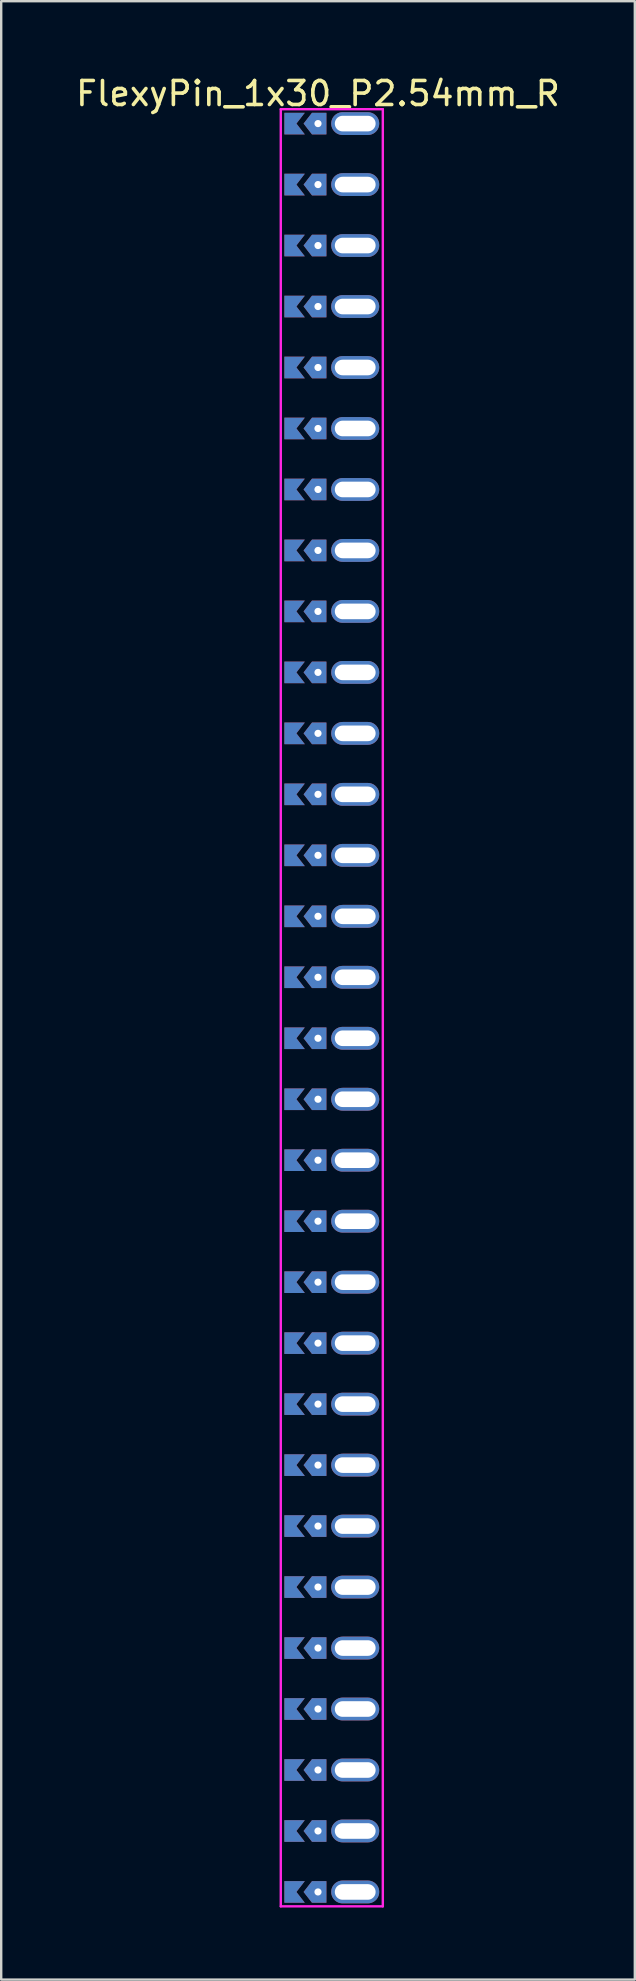
<source format=kicad_pcb>
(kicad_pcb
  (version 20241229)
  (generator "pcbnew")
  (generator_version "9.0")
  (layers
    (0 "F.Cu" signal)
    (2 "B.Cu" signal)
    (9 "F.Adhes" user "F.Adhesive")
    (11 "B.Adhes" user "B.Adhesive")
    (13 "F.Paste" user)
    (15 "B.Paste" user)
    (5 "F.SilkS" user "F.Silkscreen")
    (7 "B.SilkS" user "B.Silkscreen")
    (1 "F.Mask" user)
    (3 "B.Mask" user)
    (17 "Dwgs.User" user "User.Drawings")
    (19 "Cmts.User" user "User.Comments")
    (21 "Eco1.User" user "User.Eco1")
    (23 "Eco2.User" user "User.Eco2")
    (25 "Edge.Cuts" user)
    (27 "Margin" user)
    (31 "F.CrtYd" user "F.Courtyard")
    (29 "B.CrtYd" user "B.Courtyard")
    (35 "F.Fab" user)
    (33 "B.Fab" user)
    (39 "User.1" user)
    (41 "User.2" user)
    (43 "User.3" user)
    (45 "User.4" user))
  (footprint "FlexyPin_1x30_P2.54mm_R"
    (layer "F.Cu")
    (at 10.196 2.098)
    (property "Reference" "FlexyPin_1x30_P2.54mm_R" (at 0 -1.25 0) (layer "F.SilkS") (effects (font (size 1 1) (thickness 0.15))))
    (attr through_hole)
    (fp_line (start -1.55 -0.6) (end 2.7 -0.6) (stroke (width 0.1) (type solid)) (layer "F.CrtYd"))
    (fp_line (start -1.55 74.26) (end -1.55 -0.6) (stroke (width 0.1) (type solid)) (layer "F.CrtYd"))
    (fp_line (start 2.7 -0.6) (end 2.7 74.26) (stroke (width 0.1) (type solid)) (layer "F.CrtYd"))
    (fp_line (start 2.7 74.26) (end -1.55 74.26) (stroke (width 0.1) (type solid)) (layer "F.CrtYd"))
    (pad "" thru_hole custom (at 0 0) (size 0.3 0.3) (drill 0.6) (layers "*.Cu" "*.Mask") (options (anchor rect)) (primitives (gr_poly (pts (xy 0.35 0.45) (xy 0.35 -0.45) (xy -0.25 -0.45) (xy -0.6 0) (xy -0.25 0.45)) (width 0) (fill yes))))
    (pad "" thru_hole custom (at 0 2.54) (size 0.3 0.3) (drill 0.6) (layers "*.Cu" "*.Mask") (options (anchor rect)) (primitives (gr_poly (pts (xy 0.35 0.45) (xy 0.35 -0.45) (xy -0.25 -0.45) (xy -0.6 0) (xy -0.25 0.45)) (width 0) (fill yes))))
    (pad "" thru_hole custom (at 0 5.08) (size 0.3 0.3) (drill 0.6) (layers "*.Cu" "*.Mask") (options (anchor rect)) (primitives (gr_poly (pts (xy 0.35 0.45) (xy 0.35 -0.45) (xy -0.25 -0.45) (xy -0.6 0) (xy -0.25 0.45)) (width 0) (fill yes))))
    (pad "" thru_hole custom (at 0 7.62) (size 0.3 0.3) (drill 0.6) (layers "*.Cu" "*.Mask") (options (anchor rect)) (primitives (gr_poly (pts (xy 0.35 0.45) (xy 0.35 -0.45) (xy -0.25 -0.45) (xy -0.6 0) (xy -0.25 0.45)) (width 0) (fill yes))))
    (pad "" thru_hole custom (at 0 10.16) (size 0.3 0.3) (drill 0.6) (layers "*.Cu" "*.Mask") (options (anchor rect)) (primitives (gr_poly (pts (xy 0.35 0.45) (xy 0.35 -0.45) (xy -0.25 -0.45) (xy -0.6 0) (xy -0.25 0.45)) (width 0) (fill yes))))
    (pad "" thru_hole custom (at 0 12.7) (size 0.3 0.3) (drill 0.6) (layers "*.Cu" "*.Mask") (options (anchor rect)) (primitives (gr_poly (pts (xy 0.35 0.45) (xy 0.35 -0.45) (xy -0.25 -0.45) (xy -0.6 0) (xy -0.25 0.45)) (width 0) (fill yes))))
    (pad "" thru_hole custom (at 0 15.24) (size 0.3 0.3) (drill 0.6) (layers "*.Cu" "*.Mask") (options (anchor rect)) (primitives (gr_poly (pts (xy 0.35 0.45) (xy 0.35 -0.45) (xy -0.25 -0.45) (xy -0.6 0) (xy -0.25 0.45)) (width 0) (fill yes))))
    (pad "" thru_hole custom (at 0 17.78) (size 0.3 0.3) (drill 0.6) (layers "*.Cu" "*.Mask") (options (anchor rect)) (primitives (gr_poly (pts (xy 0.35 0.45) (xy 0.35 -0.45) (xy -0.25 -0.45) (xy -0.6 0) (xy -0.25 0.45)) (width 0) (fill yes))))
    (pad "" thru_hole custom (at 0 20.32) (size 0.3 0.3) (drill 0.6) (layers "*.Cu" "*.Mask") (options (anchor rect)) (primitives (gr_poly (pts (xy 0.35 0.45) (xy 0.35 -0.45) (xy -0.25 -0.45) (xy -0.6 0) (xy -0.25 0.45)) (width 0) (fill yes))))
    (pad "" thru_hole custom (at 0 22.86) (size 0.3 0.3) (drill 0.6) (layers "*.Cu" "*.Mask") (options (anchor rect)) (primitives (gr_poly (pts (xy 0.35 0.45) (xy 0.35 -0.45) (xy -0.25 -0.45) (xy -0.6 0) (xy -0.25 0.45)) (width 0) (fill yes))))
    (pad "" thru_hole custom (at 0 25.4) (size 0.3 0.3) (drill 0.6) (layers "*.Cu" "*.Mask") (options (anchor rect)) (primitives (gr_poly (pts (xy 0.35 0.45) (xy 0.35 -0.45) (xy -0.25 -0.45) (xy -0.6 0) (xy -0.25 0.45)) (width 0) (fill yes))))
    (pad "" thru_hole custom (at 0 27.94) (size 0.3 0.3) (drill 0.6) (layers "*.Cu" "*.Mask") (options (anchor rect)) (primitives (gr_poly (pts (xy 0.35 0.45) (xy 0.35 -0.45) (xy -0.25 -0.45) (xy -0.6 0) (xy -0.25 0.45)) (width 0) (fill yes))))
    (pad "" thru_hole custom (at 0 30.48) (size 0.3 0.3) (drill 0.6) (layers "*.Cu" "*.Mask") (options (anchor rect)) (primitives (gr_poly (pts (xy 0.35 0.45) (xy 0.35 -0.45) (xy -0.25 -0.45) (xy -0.6 0) (xy -0.25 0.45)) (width 0) (fill yes))))
    (pad "" thru_hole custom (at 0 33.02) (size 0.3 0.3) (drill 0.6) (layers "*.Cu" "*.Mask") (options (anchor rect)) (primitives (gr_poly (pts (xy 0.35 0.45) (xy 0.35 -0.45) (xy -0.25 -0.45) (xy -0.6 0) (xy -0.25 0.45)) (width 0) (fill yes))))
    (pad "" thru_hole custom (at 0 35.56) (size 0.3 0.3) (drill 0.6) (layers "*.Cu" "*.Mask") (options (anchor rect)) (primitives (gr_poly (pts (xy 0.35 0.45) (xy 0.35 -0.45) (xy -0.25 -0.45) (xy -0.6 0) (xy -0.25 0.45)) (width 0) (fill yes))))
    (pad "" thru_hole custom (at 0 38.1) (size 0.3 0.3) (drill 0.6) (layers "*.Cu" "*.Mask") (options (anchor rect)) (primitives (gr_poly (pts (xy 0.35 0.45) (xy 0.35 -0.45) (xy -0.25 -0.45) (xy -0.6 0) (xy -0.25 0.45)) (width 0) (fill yes))))
    (pad "" thru_hole custom (at 0 40.64) (size 0.3 0.3) (drill 0.6) (layers "*.Cu" "*.Mask") (options (anchor rect)) (primitives (gr_poly (pts (xy 0.35 0.45) (xy 0.35 -0.45) (xy -0.25 -0.45) (xy -0.6 0) (xy -0.25 0.45)) (width 0) (fill yes))))
    (pad "" thru_hole custom (at 0 43.18) (size 0.3 0.3) (drill 0.6) (layers "*.Cu" "*.Mask") (options (anchor rect)) (primitives (gr_poly (pts (xy 0.35 0.45) (xy 0.35 -0.45) (xy -0.25 -0.45) (xy -0.6 0) (xy -0.25 0.45)) (width 0) (fill yes))))
    (pad "" thru_hole custom (at 0 45.72) (size 0.3 0.3) (drill 0.6) (layers "*.Cu" "*.Mask") (options (anchor rect)) (primitives (gr_poly (pts (xy 0.35 0.45) (xy 0.35 -0.45) (xy -0.25 -0.45) (xy -0.6 0) (xy -0.25 0.45)) (width 0) (fill yes))))
    (pad "" thru_hole custom (at 0 48.26) (size 0.3 0.3) (drill 0.6) (layers "*.Cu" "*.Mask") (options (anchor rect)) (primitives (gr_poly (pts (xy 0.35 0.45) (xy 0.35 -0.45) (xy -0.25 -0.45) (xy -0.6 0) (xy -0.25 0.45)) (width 0) (fill yes))))
    (pad "" thru_hole custom (at 0 50.8) (size 0.3 0.3) (drill 0.6) (layers "*.Cu" "*.Mask") (options (anchor rect)) (primitives (gr_poly (pts (xy 0.35 0.45) (xy 0.35 -0.45) (xy -0.25 -0.45) (xy -0.6 0) (xy -0.25 0.45)) (width 0) (fill yes))))
    (pad "" thru_hole custom (at 0 53.34) (size 0.3 0.3) (drill 0.6) (layers "*.Cu" "*.Mask") (options (anchor rect)) (primitives (gr_poly (pts (xy 0.35 0.45) (xy 0.35 -0.45) (xy -0.25 -0.45) (xy -0.6 0) (xy -0.25 0.45)) (width 0) (fill yes))))
    (pad "" thru_hole custom (at 0 55.88) (size 0.3 0.3) (drill 0.6) (layers "*.Cu" "*.Mask") (options (anchor rect)) (primitives (gr_poly (pts (xy 0.35 0.45) (xy 0.35 -0.45) (xy -0.25 -0.45) (xy -0.6 0) (xy -0.25 0.45)) (width 0) (fill yes))))
    (pad "" thru_hole custom (at 0 58.42) (size 0.3 0.3) (drill 0.6) (layers "*.Cu" "*.Mask") (options (anchor rect)) (primitives (gr_poly (pts (xy 0.35 0.45) (xy 0.35 -0.45) (xy -0.25 -0.45) (xy -0.6 0) (xy -0.25 0.45)) (width 0) (fill yes))))
    (pad "" thru_hole custom (at 0 60.96) (size 0.3 0.3) (drill 0.6) (layers "*.Cu" "*.Mask") (options (anchor rect)) (primitives (gr_poly (pts (xy 0.35 0.45) (xy 0.35 -0.45) (xy -0.25 -0.45) (xy -0.6 0) (xy -0.25 0.45)) (width 0) (fill yes))))
    (pad "" thru_hole custom (at 0 63.5) (size 0.3 0.3) (drill 0.6) (layers "*.Cu" "*.Mask") (options (anchor rect)) (primitives (gr_poly (pts (xy 0.35 0.45) (xy 0.35 -0.45) (xy -0.25 -0.45) (xy -0.6 0) (xy -0.25 0.45)) (width 0) (fill yes))))
    (pad "" thru_hole custom (at 0 66.04) (size 0.3 0.3) (drill 0.6) (layers "*.Cu" "*.Mask") (options (anchor rect)) (primitives (gr_poly (pts (xy 0.35 0.45) (xy 0.35 -0.45) (xy -0.25 -0.45) (xy -0.6 0) (xy -0.25 0.45)) (width 0) (fill yes))))
    (pad "" thru_hole custom (at 0 68.58) (size 0.3 0.3) (drill 0.6) (layers "*.Cu" "*.Mask") (options (anchor rect)) (primitives (gr_poly (pts (xy 0.35 0.45) (xy 0.35 -0.45) (xy -0.25 -0.45) (xy -0.6 0) (xy -0.25 0.45)) (width 0) (fill yes))))
    (pad "" thru_hole custom (at 0 71.12) (size 0.3 0.3) (drill 0.6) (layers "*.Cu" "*.Mask") (options (anchor rect)) (primitives (gr_poly (pts (xy 0.35 0.45) (xy 0.35 -0.45) (xy -0.25 -0.45) (xy -0.6 0) (xy -0.25 0.45)) (width 0) (fill yes))))
    (pad "" thru_hole custom (at 0 73.66) (size 0.3 0.3) (drill 0.6) (layers "*.Cu" "*.Mask") (options (anchor rect)) (primitives (gr_poly (pts (xy 0.35 0.45) (xy 0.35 -0.45) (xy -0.25 -0.45) (xy -0.6 0) (xy -0.25 0.45)) (width 0) (fill yes))))
    (pad "" thru_hole oval (at 1.55 0) (size 2 0.95) (drill oval 1.7 0.65) (layers "*.Cu" "*.Mask"))
    (pad "" thru_hole oval (at 1.55 2.54) (size 2 0.95) (drill oval 1.7 0.65) (layers "*.Cu" "*.Mask"))
    (pad "" thru_hole oval (at 1.55 5.08) (size 2 0.95) (drill oval 1.7 0.65) (layers "*.Cu" "*.Mask"))
    (pad "" thru_hole oval (at 1.55 7.62) (size 2 0.95) (drill oval 1.7 0.65) (layers "*.Cu" "*.Mask"))
    (pad "" thru_hole oval (at 1.55 10.16) (size 2 0.95) (drill oval 1.7 0.65) (layers "*.Cu" "*.Mask"))
    (pad "" thru_hole oval (at 1.55 12.7) (size 2 0.95) (drill oval 1.7 0.65) (layers "*.Cu" "*.Mask"))
    (pad "" thru_hole oval (at 1.55 15.24) (size 2 0.95) (drill oval 1.7 0.65) (layers "*.Cu" "*.Mask"))
    (pad "" thru_hole oval (at 1.55 17.78) (size 2 0.95) (drill oval 1.7 0.65) (layers "*.Cu" "*.Mask"))
    (pad "" thru_hole oval (at 1.55 20.32) (size 2 0.95) (drill oval 1.7 0.65) (layers "*.Cu" "*.Mask"))
    (pad "" thru_hole oval (at 1.55 22.86) (size 2 0.95) (drill oval 1.7 0.65) (layers "*.Cu" "*.Mask"))
    (pad "" thru_hole oval (at 1.55 25.4) (size 2 0.95) (drill oval 1.7 0.65) (layers "*.Cu" "*.Mask"))
    (pad "" thru_hole oval (at 1.55 27.94) (size 2 0.95) (drill oval 1.7 0.65) (layers "*.Cu" "*.Mask"))
    (pad "" thru_hole oval (at 1.55 30.48) (size 2 0.95) (drill oval 1.7 0.65) (layers "*.Cu" "*.Mask"))
    (pad "" thru_hole oval (at 1.55 33.02) (size 2 0.95) (drill oval 1.7 0.65) (layers "*.Cu" "*.Mask"))
    (pad "" thru_hole oval (at 1.55 35.56) (size 2 0.95) (drill oval 1.7 0.65) (layers "*.Cu" "*.Mask"))
    (pad "" thru_hole oval (at 1.55 38.1) (size 2 0.95) (drill oval 1.7 0.65) (layers "*.Cu" "*.Mask"))
    (pad "" thru_hole oval (at 1.55 40.64) (size 2 0.95) (drill oval 1.7 0.65) (layers "*.Cu" "*.Mask"))
    (pad "" thru_hole oval (at 1.55 43.18) (size 2 0.95) (drill oval 1.7 0.65) (layers "*.Cu" "*.Mask"))
    (pad "" thru_hole oval (at 1.55 45.72) (size 2 0.95) (drill oval 1.7 0.65) (layers "*.Cu" "*.Mask"))
    (pad "" thru_hole oval (at 1.55 48.26) (size 2 0.95) (drill oval 1.7 0.65) (layers "*.Cu" "*.Mask"))
    (pad "" thru_hole oval (at 1.55 50.8) (size 2 0.95) (drill oval 1.7 0.65) (layers "*.Cu" "*.Mask"))
    (pad "" thru_hole oval (at 1.55 53.34) (size 2 0.95) (drill oval 1.7 0.65) (layers "*.Cu" "*.Mask"))
    (pad "" thru_hole oval (at 1.55 55.88) (size 2 0.95) (drill oval 1.7 0.65) (layers "*.Cu" "*.Mask"))
    (pad "" thru_hole oval (at 1.55 58.42) (size 2 0.95) (drill oval 1.7 0.65) (layers "*.Cu" "*.Mask"))
    (pad "" thru_hole oval (at 1.55 60.96) (size 2 0.95) (drill oval 1.7 0.65) (layers "*.Cu" "*.Mask"))
    (pad "" thru_hole oval (at 1.55 63.5) (size 2 0.95) (drill oval 1.7 0.65) (layers "*.Cu" "*.Mask"))
    (pad "" thru_hole oval (at 1.55 66.04) (size 2 0.95) (drill oval 1.7 0.65) (layers "*.Cu" "*.Mask"))
    (pad "" thru_hole oval (at 1.55 68.58) (size 2 0.95) (drill oval 1.7 0.65) (layers "*.Cu" "*.Mask"))
    (pad "" thru_hole oval (at 1.55 71.12) (size 2 0.95) (drill oval 1.7 0.65) (layers "*.Cu" "*.Mask"))
    (pad "" thru_hole oval (at 1.55 73.66) (size 2 0.95) (drill oval 1.7 0.65) (layers "*.Cu" "*.Mask"))
    (pad "1" smd custom (at -0.9 0) (size 0.01 0.01) (layers "F.Cu" "F.Mask") (options (anchor rect)) (primitives (gr_poly (pts (xy 0 0) (xy 0.35 0.45) (xy -0.5 0.45) (xy -0.5 -0.45) (xy 0.35 -0.45)) (width 0) (fill yes))))
    (pad "2" smd custom (at -0.9 2.54) (size 0.01 0.01) (layers "F.Cu" "F.Mask") (options (anchor rect)) (primitives (gr_poly (pts (xy 0 0) (xy 0.35 0.45) (xy -0.5 0.45) (xy -0.5 -0.45) (xy 0.35 -0.45)) (width 0) (fill yes))))
    (pad "3" smd custom (at -0.9 5.08) (size 0.01 0.01) (layers "F.Cu" "F.Mask") (options (anchor rect)) (primitives (gr_poly (pts (xy 0 0) (xy 0.35 0.45) (xy -0.5 0.45) (xy -0.5 -0.45) (xy 0.35 -0.45)) (width 0) (fill yes))))
    (pad "4" smd custom (at -0.9 7.62) (size 0.01 0.01) (layers "F.Cu" "F.Mask") (options (anchor rect)) (primitives (gr_poly (pts (xy 0 0) (xy 0.35 0.45) (xy -0.5 0.45) (xy -0.5 -0.45) (xy 0.35 -0.45)) (width 0) (fill yes))))
    (pad "5" smd custom (at -0.9 10.16) (size 0.01 0.01) (layers "F.Cu" "F.Mask") (options (anchor rect)) (primitives (gr_poly (pts (xy 0 0) (xy 0.35 0.45) (xy -0.5 0.45) (xy -0.5 -0.45) (xy 0.35 -0.45)) (width 0) (fill yes))))
    (pad "6" smd custom (at -0.9 12.7) (size 0.01 0.01) (layers "F.Cu" "F.Mask") (options (anchor rect)) (primitives (gr_poly (pts (xy 0 0) (xy 0.35 0.45) (xy -0.5 0.45) (xy -0.5 -0.45) (xy 0.35 -0.45)) (width 0) (fill yes))))
    (pad "7" smd custom (at -0.9 15.24) (size 0.01 0.01) (layers "F.Cu" "F.Mask") (options (anchor rect)) (primitives (gr_poly (pts (xy 0 0) (xy 0.35 0.45) (xy -0.5 0.45) (xy -0.5 -0.45) (xy 0.35 -0.45)) (width 0) (fill yes))))
    (pad "8" smd custom (at -0.9 17.78) (size 0.01 0.01) (layers "F.Cu" "F.Mask") (options (anchor rect)) (primitives (gr_poly (pts (xy 0 0) (xy 0.35 0.45) (xy -0.5 0.45) (xy -0.5 -0.45) (xy 0.35 -0.45)) (width 0) (fill yes))))
    (pad "9" smd custom (at -0.9 20.32) (size 0.01 0.01) (layers "F.Cu" "F.Mask") (options (anchor rect)) (primitives (gr_poly (pts (xy 0 0) (xy 0.35 0.45) (xy -0.5 0.45) (xy -0.5 -0.45) (xy 0.35 -0.45)) (width 0) (fill yes))))
    (pad "10" smd custom (at -0.9 22.86) (size 0.01 0.01) (layers "F.Cu" "F.Mask") (options (anchor rect)) (primitives (gr_poly (pts (xy 0 0) (xy 0.35 0.45) (xy -0.5 0.45) (xy -0.5 -0.45) (xy 0.35 -0.45)) (width 0) (fill yes))))
    (pad "11" smd custom (at -0.9 25.4) (size 0.01 0.01) (layers "F.Cu" "F.Mask") (options (anchor rect)) (primitives (gr_poly (pts (xy 0 0) (xy 0.35 0.45) (xy -0.5 0.45) (xy -0.5 -0.45) (xy 0.35 -0.45)) (width 0) (fill yes))))
    (pad "12" smd custom (at -0.9 27.94) (size 0.01 0.01) (layers "F.Cu" "F.Mask") (options (anchor rect)) (primitives (gr_poly (pts (xy 0 0) (xy 0.35 0.45) (xy -0.5 0.45) (xy -0.5 -0.45) (xy 0.35 -0.45)) (width 0) (fill yes))))
    (pad "13" smd custom (at -0.9 30.48) (size 0.01 0.01) (layers "F.Cu" "F.Mask") (options (anchor rect)) (primitives (gr_poly (pts (xy 0 0) (xy 0.35 0.45) (xy -0.5 0.45) (xy -0.5 -0.45) (xy 0.35 -0.45)) (width 0) (fill yes))))
    (pad "14" smd custom (at -0.9 33.02) (size 0.01 0.01) (layers "F.Cu" "F.Mask") (options (anchor rect)) (primitives (gr_poly (pts (xy 0 0) (xy 0.35 0.45) (xy -0.5 0.45) (xy -0.5 -0.45) (xy 0.35 -0.45)) (width 0) (fill yes))))
    (pad "15" smd custom (at -0.9 35.56) (size 0.01 0.01) (layers "F.Cu" "F.Mask") (options (anchor rect)) (primitives (gr_poly (pts (xy 0 0) (xy 0.35 0.45) (xy -0.5 0.45) (xy -0.5 -0.45) (xy 0.35 -0.45)) (width 0) (fill yes))))
    (pad "16" smd custom (at -0.9 38.1) (size 0.01 0.01) (layers "F.Cu" "F.Mask") (options (anchor rect)) (primitives (gr_poly (pts (xy 0 0) (xy 0.35 0.45) (xy -0.5 0.45) (xy -0.5 -0.45) (xy 0.35 -0.45)) (width 0) (fill yes))))
    (pad "17" smd custom (at -0.9 40.64) (size 0.01 0.01) (layers "F.Cu" "F.Mask") (options (anchor rect)) (primitives (gr_poly (pts (xy 0 0) (xy 0.35 0.45) (xy -0.5 0.45) (xy -0.5 -0.45) (xy 0.35 -0.45)) (width 0) (fill yes))))
    (pad "18" smd custom (at -0.9 43.18) (size 0.01 0.01) (layers "F.Cu" "F.Mask") (options (anchor rect)) (primitives (gr_poly (pts (xy 0 0) (xy 0.35 0.45) (xy -0.5 0.45) (xy -0.5 -0.45) (xy 0.35 -0.45)) (width 0) (fill yes))))
    (pad "19" smd custom (at -0.9 45.72) (size 0.01 0.01) (layers "F.Cu" "F.Mask") (options (anchor rect)) (primitives (gr_poly (pts (xy 0 0) (xy 0.35 0.45) (xy -0.5 0.45) (xy -0.5 -0.45) (xy 0.35 -0.45)) (width 0) (fill yes))))
    (pad "20" smd custom (at -0.9 48.26) (size 0.01 0.01) (layers "F.Cu" "F.Mask") (options (anchor rect)) (primitives (gr_poly (pts (xy 0 0) (xy 0.35 0.45) (xy -0.5 0.45) (xy -0.5 -0.45) (xy 0.35 -0.45)) (width 0) (fill yes))))
    (pad "21" smd custom (at -0.9 50.8) (size 0.01 0.01) (layers "F.Cu" "F.Mask") (options (anchor rect)) (primitives (gr_poly (pts (xy 0 0) (xy 0.35 0.45) (xy -0.5 0.45) (xy -0.5 -0.45) (xy 0.35 -0.45)) (width 0) (fill yes))))
    (pad "22" smd custom (at -0.9 53.34) (size 0.01 0.01) (layers "F.Cu" "F.Mask") (options (anchor rect)) (primitives (gr_poly (pts (xy 0 0) (xy 0.35 0.45) (xy -0.5 0.45) (xy -0.5 -0.45) (xy 0.35 -0.45)) (width 0) (fill yes))))
    (pad "23" smd custom (at -0.9 55.88) (size 0.01 0.01) (layers "F.Cu" "F.Mask") (options (anchor rect)) (primitives (gr_poly (pts (xy 0 0) (xy 0.35 0.45) (xy -0.5 0.45) (xy -0.5 -0.45) (xy 0.35 -0.45)) (width 0) (fill yes))))
    (pad "24" smd custom (at -0.9 58.42) (size 0.01 0.01) (layers "F.Cu" "F.Mask") (options (anchor rect)) (primitives (gr_poly (pts (xy 0 0) (xy 0.35 0.45) (xy -0.5 0.45) (xy -0.5 -0.45) (xy 0.35 -0.45)) (width 0) (fill yes))))
    (pad "25" smd custom (at -0.9 60.96) (size 0.01 0.01) (layers "F.Cu" "F.Mask") (options (anchor rect)) (primitives (gr_poly (pts (xy 0 0) (xy 0.35 0.45) (xy -0.5 0.45) (xy -0.5 -0.45) (xy 0.35 -0.45)) (width 0) (fill yes))))
    (pad "26" smd custom (at -0.9 63.5) (size 0.01 0.01) (layers "F.Cu" "F.Mask") (options (anchor rect)) (primitives (gr_poly (pts (xy 0 0) (xy 0.35 0.45) (xy -0.5 0.45) (xy -0.5 -0.45) (xy 0.35 -0.45)) (width 0) (fill yes))))
    (pad "27" smd custom (at -0.9 66.04) (size 0.01 0.01) (layers "F.Cu" "F.Mask") (options (anchor rect)) (primitives (gr_poly (pts (xy 0 0) (xy 0.35 0.45) (xy -0.5 0.45) (xy -0.5 -0.45) (xy 0.35 -0.45)) (width 0) (fill yes))))
    (pad "28" smd custom (at -0.9 68.58) (size 0.01 0.01) (layers "F.Cu" "F.Mask") (options (anchor rect)) (primitives (gr_poly (pts (xy 0 0) (xy 0.35 0.45) (xy -0.5 0.45) (xy -0.5 -0.45) (xy 0.35 -0.45)) (width 0) (fill yes))))
    (pad "29" smd custom (at -0.9 71.12) (size 0.01 0.01) (layers "F.Cu" "F.Mask") (options (anchor rect)) (primitives (gr_poly (pts (xy 0 0) (xy 0.35 0.45) (xy -0.5 0.45) (xy -0.5 -0.45) (xy 0.35 -0.45)) (width 0) (fill yes))))
    (pad "30" smd custom (at -0.9 73.66) (size 0.01 0.01) (layers "F.Cu" "F.Mask") (options (anchor rect)) (primitives (gr_poly (pts (xy 0 0) (xy 0.35 0.45) (xy -0.5 0.45) (xy -0.5 -0.45) (xy 0.35 -0.45)) (width 0) (fill yes))))
    (pad "31" smd custom (at -0.9 0) (size 0.01 0.01) (layers "B.Cu" "B.Mask") (options (anchor rect)) (primitives (gr_poly (pts (xy 0 0) (xy 0.35 0.45) (xy -0.5 0.45) (xy -0.5 -0.45) (xy 0.35 -0.45)) (width 0) (fill yes))))
    (pad "32" smd custom (at -0.9 2.54) (size 0.01 0.01) (layers "B.Cu" "B.Mask") (options (anchor rect)) (primitives (gr_poly (pts (xy 0 0) (xy 0.35 0.45) (xy -0.5 0.45) (xy -0.5 -0.45) (xy 0.35 -0.45)) (width 0) (fill yes))))
    (pad "33" smd custom (at -0.9 5.08) (size 0.01 0.01) (layers "B.Cu" "B.Mask") (options (anchor rect)) (primitives (gr_poly (pts (xy 0 0) (xy 0.35 0.45) (xy -0.5 0.45) (xy -0.5 -0.45) (xy 0.35 -0.45)) (width 0) (fill yes))))
    (pad "34" smd custom (at -0.9 7.62) (size 0.01 0.01) (layers "B.Cu" "B.Mask") (options (anchor rect)) (primitives (gr_poly (pts (xy 0 0) (xy 0.35 0.45) (xy -0.5 0.45) (xy -0.5 -0.45) (xy 0.35 -0.45)) (width 0) (fill yes))))
    (pad "35" smd custom (at -0.9 10.16) (size 0.01 0.01) (layers "B.Cu" "B.Mask") (options (anchor rect)) (primitives (gr_poly (pts (xy 0 0) (xy 0.35 0.45) (xy -0.5 0.45) (xy -0.5 -0.45) (xy 0.35 -0.45)) (width 0) (fill yes))))
    (pad "36" smd custom (at -0.9 12.7) (size 0.01 0.01) (layers "B.Cu" "B.Mask") (options (anchor rect)) (primitives (gr_poly (pts (xy 0 0) (xy 0.35 0.45) (xy -0.5 0.45) (xy -0.5 -0.45) (xy 0.35 -0.45)) (width 0) (fill yes))))
    (pad "37" smd custom (at -0.9 15.24) (size 0.01 0.01) (layers "B.Cu" "B.Mask") (options (anchor rect)) (primitives (gr_poly (pts (xy 0 0) (xy 0.35 0.45) (xy -0.5 0.45) (xy -0.5 -0.45) (xy 0.35 -0.45)) (width 0) (fill yes))))
    (pad "38" smd custom (at -0.9 17.78) (size 0.01 0.01) (layers "B.Cu" "B.Mask") (options (anchor rect)) (primitives (gr_poly (pts (xy 0 0) (xy 0.35 0.45) (xy -0.5 0.45) (xy -0.5 -0.45) (xy 0.35 -0.45)) (width 0) (fill yes))))
    (pad "39" smd custom (at -0.9 20.32) (size 0.01 0.01) (layers "B.Cu" "B.Mask") (options (anchor rect)) (primitives (gr_poly (pts (xy 0 0) (xy 0.35 0.45) (xy -0.5 0.45) (xy -0.5 -0.45) (xy 0.35 -0.45)) (width 0) (fill yes))))
    (pad "40" smd custom (at -0.9 22.86) (size 0.01 0.01) (layers "B.Cu" "B.Mask") (options (anchor rect)) (primitives (gr_poly (pts (xy 0 0) (xy 0.35 0.45) (xy -0.5 0.45) (xy -0.5 -0.45) (xy 0.35 -0.45)) (width 0) (fill yes))))
    (pad "41" smd custom (at -0.9 25.4) (size 0.01 0.01) (layers "B.Cu" "B.Mask") (options (anchor rect)) (primitives (gr_poly (pts (xy 0 0) (xy 0.35 0.45) (xy -0.5 0.45) (xy -0.5 -0.45) (xy 0.35 -0.45)) (width 0) (fill yes))))
    (pad "42" smd custom (at -0.9 27.94) (size 0.01 0.01) (layers "B.Cu" "B.Mask") (options (anchor rect)) (primitives (gr_poly (pts (xy 0 0) (xy 0.35 0.45) (xy -0.5 0.45) (xy -0.5 -0.45) (xy 0.35 -0.45)) (width 0) (fill yes))))
    (pad "43" smd custom (at -0.9 30.48) (size 0.01 0.01) (layers "B.Cu" "B.Mask") (options (anchor rect)) (primitives (gr_poly (pts (xy 0 0) (xy 0.35 0.45) (xy -0.5 0.45) (xy -0.5 -0.45) (xy 0.35 -0.45)) (width 0) (fill yes))))
    (pad "44" smd custom (at -0.9 33.02) (size 0.01 0.01) (layers "B.Cu" "B.Mask") (options (anchor rect)) (primitives (gr_poly (pts (xy 0 0) (xy 0.35 0.45) (xy -0.5 0.45) (xy -0.5 -0.45) (xy 0.35 -0.45)) (width 0) (fill yes))))
    (pad "45" smd custom (at -0.9 35.56) (size 0.01 0.01) (layers "B.Cu" "B.Mask") (options (anchor rect)) (primitives (gr_poly (pts (xy 0 0) (xy 0.35 0.45) (xy -0.5 0.45) (xy -0.5 -0.45) (xy 0.35 -0.45)) (width 0) (fill yes))))
    (pad "46" smd custom (at -0.9 38.1) (size 0.01 0.01) (layers "B.Cu" "B.Mask") (options (anchor rect)) (primitives (gr_poly (pts (xy 0 0) (xy 0.35 0.45) (xy -0.5 0.45) (xy -0.5 -0.45) (xy 0.35 -0.45)) (width 0) (fill yes))))
    (pad "47" smd custom (at -0.9 40.64) (size 0.01 0.01) (layers "B.Cu" "B.Mask") (options (anchor rect)) (primitives (gr_poly (pts (xy 0 0) (xy 0.35 0.45) (xy -0.5 0.45) (xy -0.5 -0.45) (xy 0.35 -0.45)) (width 0) (fill yes))))
    (pad "48" smd custom (at -0.9 43.18) (size 0.01 0.01) (layers "B.Cu" "B.Mask") (options (anchor rect)) (primitives (gr_poly (pts (xy 0 0) (xy 0.35 0.45) (xy -0.5 0.45) (xy -0.5 -0.45) (xy 0.35 -0.45)) (width 0) (fill yes))))
    (pad "49" smd custom (at -0.9 45.72) (size 0.01 0.01) (layers "B.Cu" "B.Mask") (options (anchor rect)) (primitives (gr_poly (pts (xy 0 0) (xy 0.35 0.45) (xy -0.5 0.45) (xy -0.5 -0.45) (xy 0.35 -0.45)) (width 0) (fill yes))))
    (pad "50" smd custom (at -0.9 48.26) (size 0.01 0.01) (layers "B.Cu" "B.Mask") (options (anchor rect)) (primitives (gr_poly (pts (xy 0 0) (xy 0.35 0.45) (xy -0.5 0.45) (xy -0.5 -0.45) (xy 0.35 -0.45)) (width 0) (fill yes))))
    (pad "51" smd custom (at -0.9 50.8) (size 0.01 0.01) (layers "B.Cu" "B.Mask") (options (anchor rect)) (primitives (gr_poly (pts (xy 0 0) (xy 0.35 0.45) (xy -0.5 0.45) (xy -0.5 -0.45) (xy 0.35 -0.45)) (width 0) (fill yes))))
    (pad "52" smd custom (at -0.9 53.34) (size 0.01 0.01) (layers "B.Cu" "B.Mask") (options (anchor rect)) (primitives (gr_poly (pts (xy 0 0) (xy 0.35 0.45) (xy -0.5 0.45) (xy -0.5 -0.45) (xy 0.35 -0.45)) (width 0) (fill yes))))
    (pad "53" smd custom (at -0.9 55.88) (size 0.01 0.01) (layers "B.Cu" "B.Mask") (options (anchor rect)) (primitives (gr_poly (pts (xy 0 0) (xy 0.35 0.45) (xy -0.5 0.45) (xy -0.5 -0.45) (xy 0.35 -0.45)) (width 0) (fill yes))))
    (pad "54" smd custom (at -0.9 58.42) (size 0.01 0.01) (layers "B.Cu" "B.Mask") (options (anchor rect)) (primitives (gr_poly (pts (xy 0 0) (xy 0.35 0.45) (xy -0.5 0.45) (xy -0.5 -0.45) (xy 0.35 -0.45)) (width 0) (fill yes))))
    (pad "55" smd custom (at -0.9 60.96) (size 0.01 0.01) (layers "B.Cu" "B.Mask") (options (anchor rect)) (primitives (gr_poly (pts (xy 0 0) (xy 0.35 0.45) (xy -0.5 0.45) (xy -0.5 -0.45) (xy 0.35 -0.45)) (width 0) (fill yes))))
    (pad "56" smd custom (at -0.9 63.5) (size 0.01 0.01) (layers "B.Cu" "B.Mask") (options (anchor rect)) (primitives (gr_poly (pts (xy 0 0) (xy 0.35 0.45) (xy -0.5 0.45) (xy -0.5 -0.45) (xy 0.35 -0.45)) (width 0) (fill yes))))
    (pad "57" smd custom (at -0.9 66.04) (size 0.01 0.01) (layers "B.Cu" "B.Mask") (options (anchor rect)) (primitives (gr_poly (pts (xy 0 0) (xy 0.35 0.45) (xy -0.5 0.45) (xy -0.5 -0.45) (xy 0.35 -0.45)) (width 0) (fill yes))))
    (pad "58" smd custom (at -0.9 68.58) (size 0.01 0.01) (layers "B.Cu" "B.Mask") (options (anchor rect)) (primitives (gr_poly (pts (xy 0 0) (xy 0.35 0.45) (xy -0.5 0.45) (xy -0.5 -0.45) (xy 0.35 -0.45)) (width 0) (fill yes))))
    (pad "59" smd custom (at -0.9 71.12) (size 0.01 0.01) (layers "B.Cu" "B.Mask") (options (anchor rect)) (primitives (gr_poly (pts (xy 0 0) (xy 0.35 0.45) (xy -0.5 0.45) (xy -0.5 -0.45) (xy 0.35 -0.45)) (width 0) (fill yes))))
    (pad "60" smd custom (at -0.9 73.66) (size 0.01 0.01) (layers "B.Cu" "B.Mask") (options (anchor rect)) (primitives (gr_poly (pts (xy 0 0) (xy 0.35 0.45) (xy -0.5 0.45) (xy -0.5 -0.45) (xy 0.35 -0.45)) (width 0) (fill yes)))))
  (gr_rect
    (start -3 -3)
    (end 23.393 79.408)
    (stroke (width 0.1) (type default))
    (fill no)
    (layer "Edge.Cuts")))
</source>
